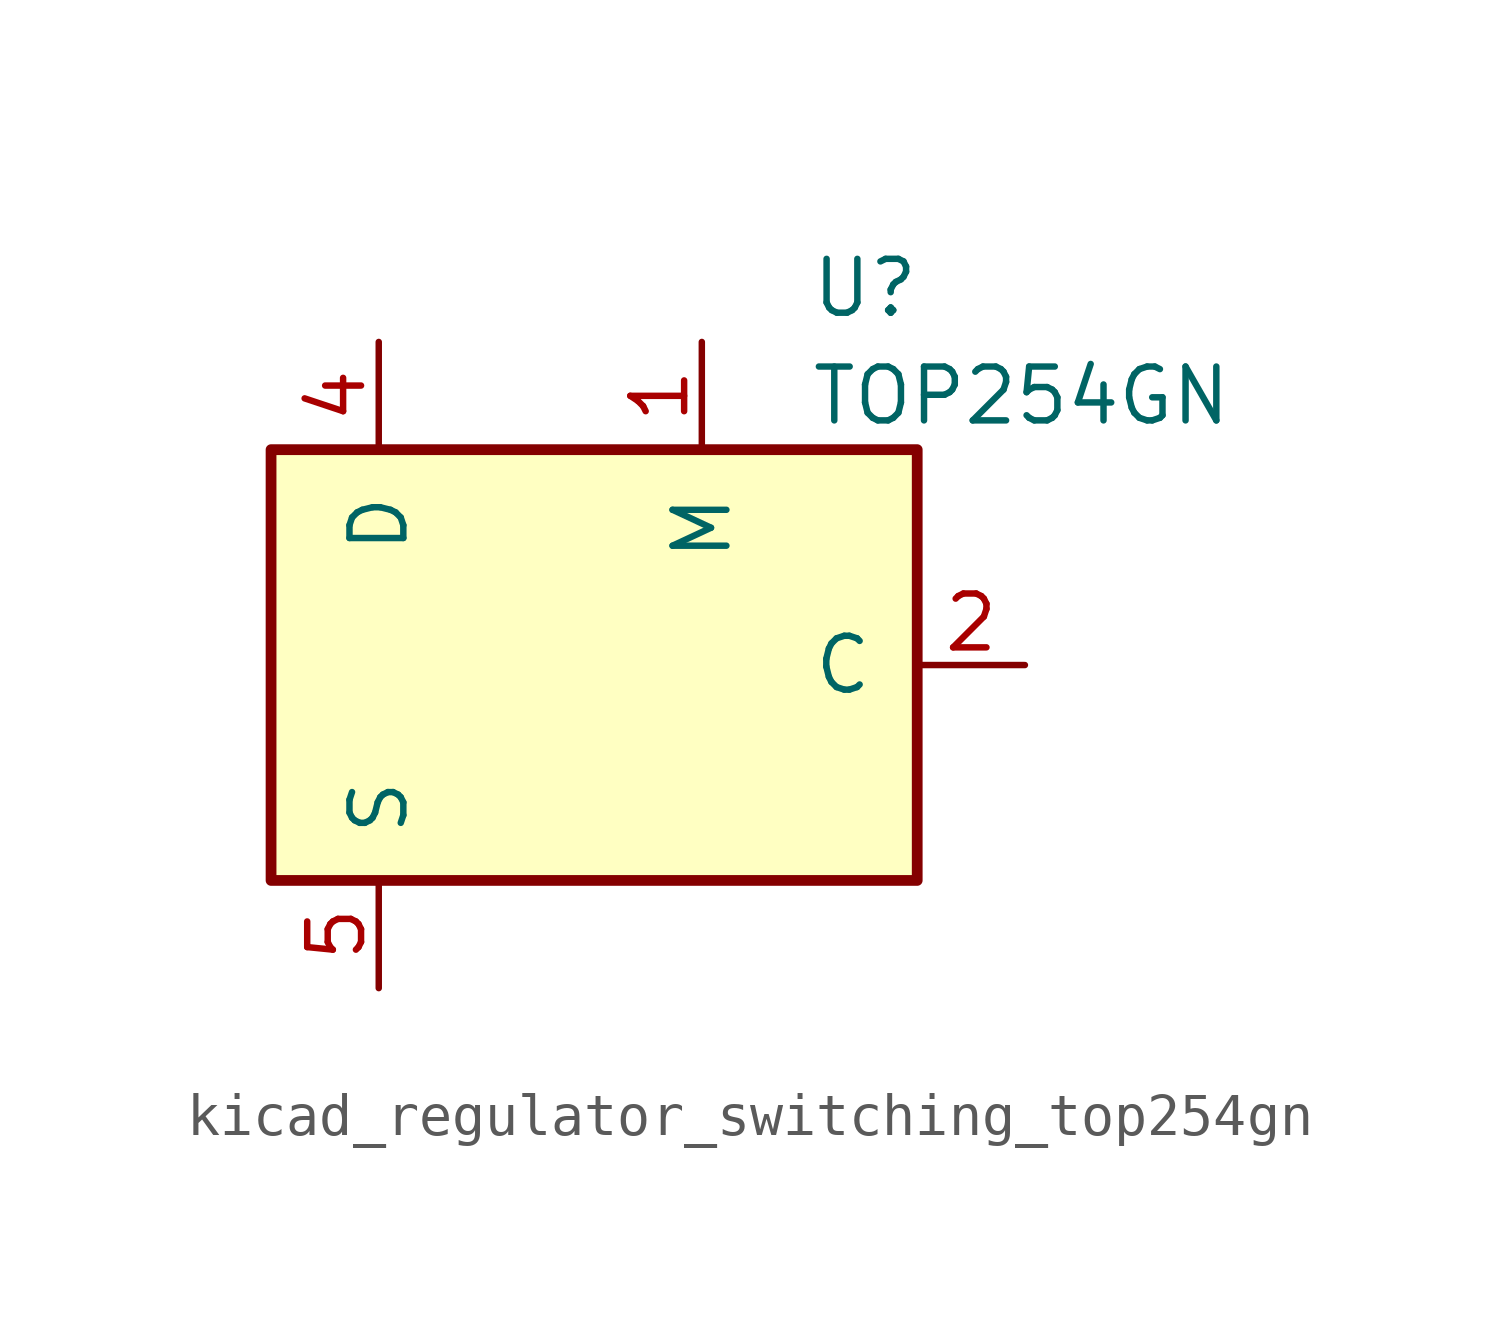
<source format=kicad_sym>
(kicad_symbol_lib
  (version 20220914)
  (generator kicad_symbol_editor)
  (symbol "kicad_regulator_switching_top254gn"
    (pin_names
      (offset 1.016))
    (property "Reference" "U"
      (at 5.08 8.89 0)
      (effects (font (size 1.27 1.27)) (justify left)))
    (property "Value" "TOP254GN"
      (at 5.08 6.35 0)
      (effects (font (size 1.27 1.27)) (justify left)))
    (symbol "kicad_regulator_switching_top254gn_0_1"
      (rectangle (start -7.62 5.08) (end 7.62 -5.08) (stroke (width 0.254) (type default)) (fill (type background))))
    (symbol "kicad_regulator_switching_top254gn_1_1"
      (pin input line (at 2.54 7.62 270) (length 2.54) (name "M" (effects (font (size 1.27 1.27)))) (number "1" (effects (font (size 1.27 1.27)))))
      (pin input line (at 10.16 0 180) (length 2.54) (name "C" (effects (font (size 1.27 1.27)))) (number "2" (effects (font (size 1.27 1.27)))))
      (pin open_collector line (at -5.08 7.62 270) (length 2.54) (name "D" (effects (font (size 1.27 1.27)))) (number "4" (effects (font (size 1.27 1.27)))))
      (pin power_in line (at -5.08 -7.62 90) (length 2.54) (name "S" (effects (font (size 1.27 1.27)))) (number "5" (effects (font (size 1.27 1.27)))))
      (pin passive line (at -5.08 -7.62 90) (length 2.54) hide (name "S" (effects (font (size 1.27 1.27)))) (number "6" (effects (font (size 1.27 1.27)))))
      (pin passive line (at -5.08 -7.62 90) (length 2.54) hide (name "S" (effects (font (size 1.27 1.27)))) (number "7" (effects (font (size 1.27 1.27)))))
      (pin passive line (at -5.08 -7.62 90) (length 2.54) hide (name "S" (effects (font (size 1.27 1.27)))) (number "8" (effects (font (size 1.27 1.27))))))))
</source>
